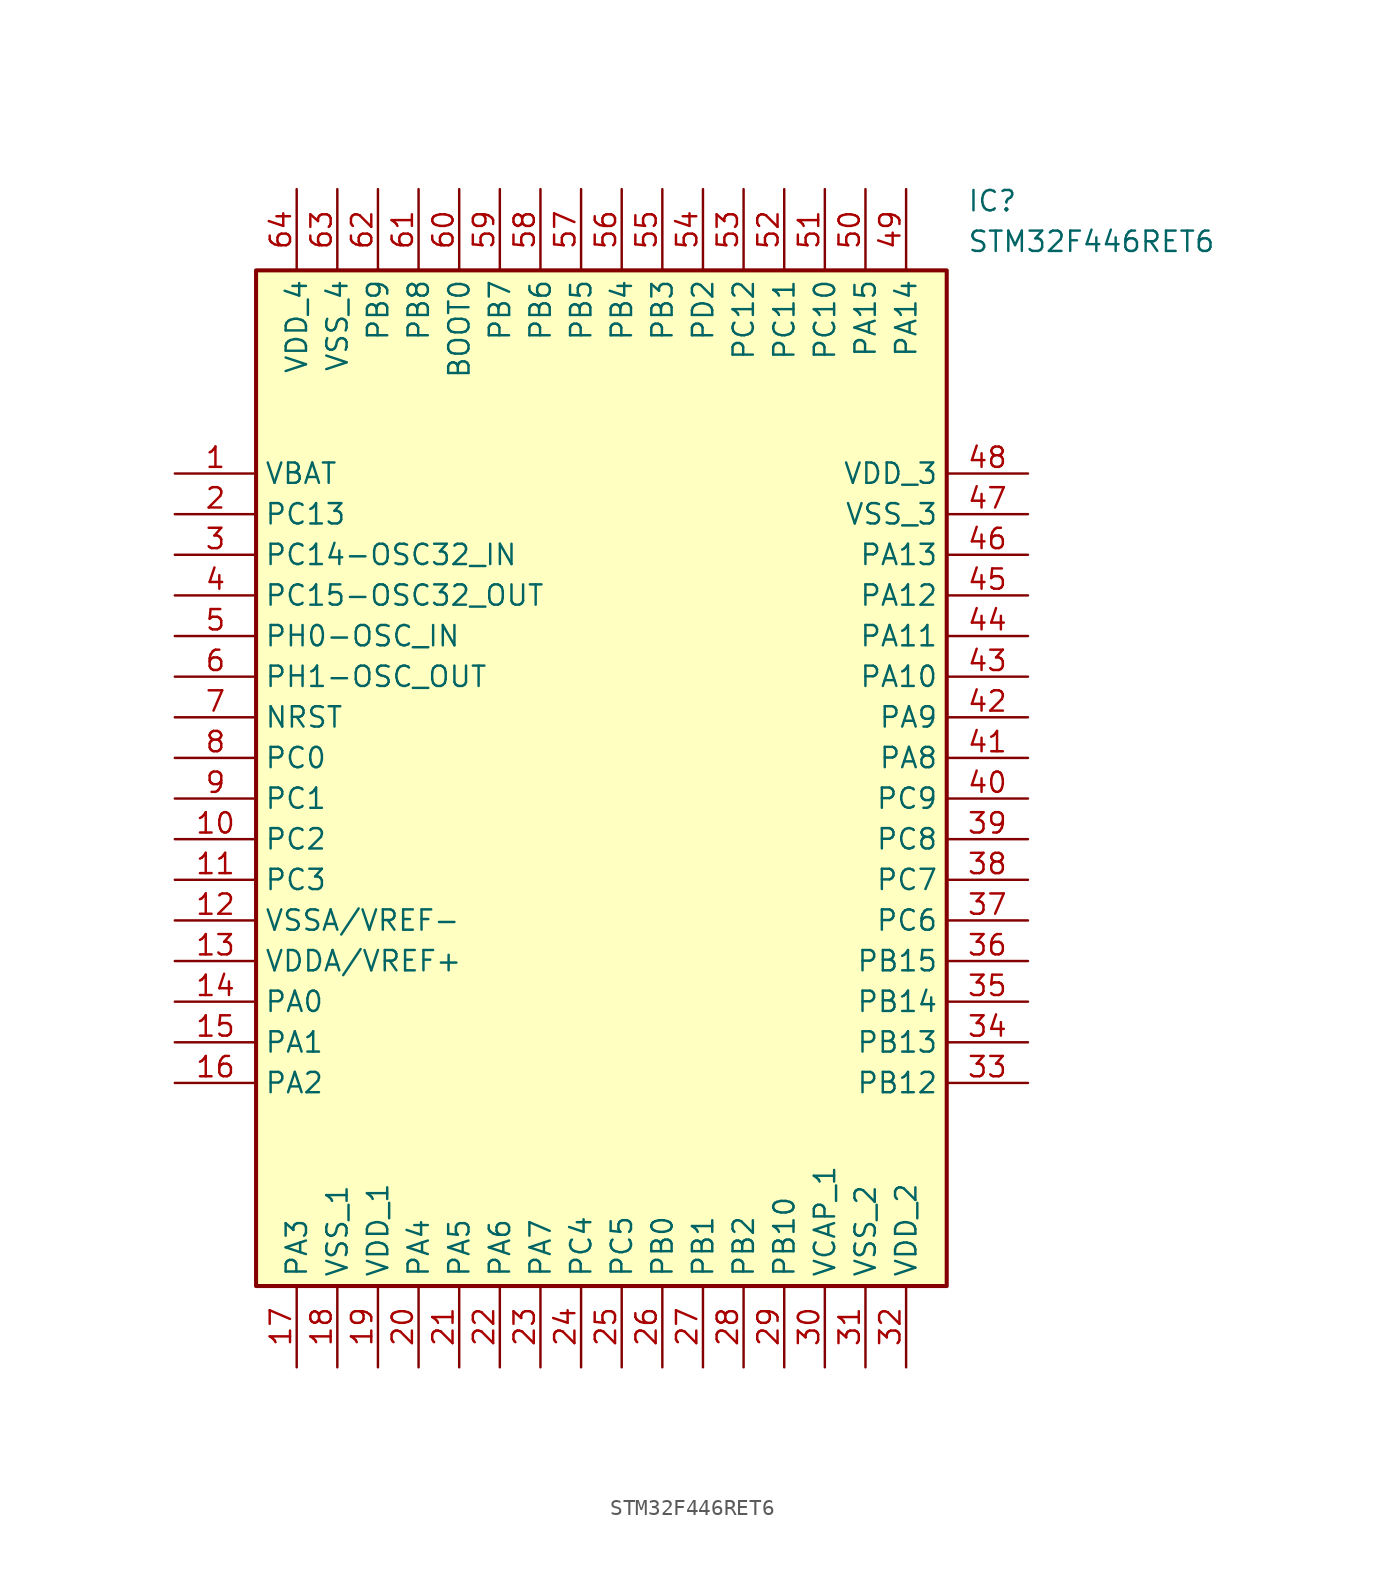
<source format=kicad_sym>
(kicad_symbol_lib
  (version 20211014)
  (generator SamacSys_ECAD_Model)
  (symbol "STM32F446RET6"
    (property "Reference" "IC"
      (at 49.53 17.78 0)
      (effects (font (size 1.27 1.27)) (justify left top)))
    (property "Value" "STM32F446RET6"
      (at 49.53 15.24 0)
      (effects (font (size 1.27 1.27)) (justify left top)))
    (rectangle
      (start 5.08 12.7)
      (end 48.26 -50.8)
      (stroke (width 0.254) (type default))
      (fill (type background)))
    (pin passive line
      (at 0 0 0)
      (length 5.08)
      (name "VBAT" (effects (font (size 1.27 1.27))))
      (number "1" (effects (font (size 1.27 1.27)))))
    (pin passive line
      (at 0 -2.54 0)
      (length 5.08)
      (name "PC13" (effects (font (size 1.27 1.27))))
      (number "2" (effects (font (size 1.27 1.27)))))
    (pin passive line
      (at 0 -5.08 0)
      (length 5.08)
      (name "PC14-OSC32_IN" (effects (font (size 1.27 1.27))))
      (number "3" (effects (font (size 1.27 1.27)))))
    (pin passive line
      (at 0 -7.62 0)
      (length 5.08)
      (name "PC15-OSC32_OUT" (effects (font (size 1.27 1.27))))
      (number "4" (effects (font (size 1.27 1.27)))))
    (pin passive line
      (at 0 -10.16 0)
      (length 5.08)
      (name "PH0-OSC_IN" (effects (font (size 1.27 1.27))))
      (number "5" (effects (font (size 1.27 1.27)))))
    (pin passive line
      (at 0 -12.7 0)
      (length 5.08)
      (name "PH1-OSC_OUT" (effects (font (size 1.27 1.27))))
      (number "6" (effects (font (size 1.27 1.27)))))
    (pin passive line
      (at 0 -15.24 0)
      (length 5.08)
      (name "NRST" (effects (font (size 1.27 1.27))))
      (number "7" (effects (font (size 1.27 1.27)))))
    (pin passive line
      (at 0 -17.78 0)
      (length 5.08)
      (name "PC0" (effects (font (size 1.27 1.27))))
      (number "8" (effects (font (size 1.27 1.27)))))
    (pin passive line
      (at 0 -20.32 0)
      (length 5.08)
      (name "PC1" (effects (font (size 1.27 1.27))))
      (number "9" (effects (font (size 1.27 1.27)))))
    (pin passive line
      (at 0 -22.86 0)
      (length 5.08)
      (name "PC2" (effects (font (size 1.27 1.27))))
      (number "10" (effects (font (size 1.27 1.27)))))
    (pin passive line
      (at 0 -25.4 0)
      (length 5.08)
      (name "PC3" (effects (font (size 1.27 1.27))))
      (number "11" (effects (font (size 1.27 1.27)))))
    (pin passive line
      (at 0 -27.94 0)
      (length 5.08)
      (name "VSSA/VREF-" (effects (font (size 1.27 1.27))))
      (number "12" (effects (font (size 1.27 1.27)))))
    (pin passive line
      (at 0 -30.48 0)
      (length 5.08)
      (name "VDDA/VREF+" (effects (font (size 1.27 1.27))))
      (number "13" (effects (font (size 1.27 1.27)))))
    (pin passive line
      (at 0 -33.02 0)
      (length 5.08)
      (name "PA0" (effects (font (size 1.27 1.27))))
      (number "14" (effects (font (size 1.27 1.27)))))
    (pin passive line
      (at 0 -35.56 0)
      (length 5.08)
      (name "PA1" (effects (font (size 1.27 1.27))))
      (number "15" (effects (font (size 1.27 1.27)))))
    (pin passive line
      (at 0 -38.1 0)
      (length 5.08)
      (name "PA2" (effects (font (size 1.27 1.27))))
      (number "16" (effects (font (size 1.27 1.27)))))
    (pin passive line
      (at 7.62 -55.88 90)
      (length 5.08)
      (name "PA3" (effects (font (size 1.27 1.27))))
      (number "17" (effects (font (size 1.27 1.27)))))
    (pin passive line
      (at 10.16 -55.88 90)
      (length 5.08)
      (name "VSS_1" (effects (font (size 1.27 1.27))))
      (number "18" (effects (font (size 1.27 1.27)))))
    (pin passive line
      (at 12.7 -55.88 90)
      (length 5.08)
      (name "VDD_1" (effects (font (size 1.27 1.27))))
      (number "19" (effects (font (size 1.27 1.27)))))
    (pin passive line
      (at 15.24 -55.88 90)
      (length 5.08)
      (name "PA4" (effects (font (size 1.27 1.27))))
      (number "20" (effects (font (size 1.27 1.27)))))
    (pin passive line
      (at 17.78 -55.88 90)
      (length 5.08)
      (name "PA5" (effects (font (size 1.27 1.27))))
      (number "21" (effects (font (size 1.27 1.27)))))
    (pin passive line
      (at 20.32 -55.88 90)
      (length 5.08)
      (name "PA6" (effects (font (size 1.27 1.27))))
      (number "22" (effects (font (size 1.27 1.27)))))
    (pin passive line
      (at 22.86 -55.88 90)
      (length 5.08)
      (name "PA7" (effects (font (size 1.27 1.27))))
      (number "23" (effects (font (size 1.27 1.27)))))
    (pin passive line
      (at 25.4 -55.88 90)
      (length 5.08)
      (name "PC4" (effects (font (size 1.27 1.27))))
      (number "24" (effects (font (size 1.27 1.27)))))
    (pin passive line
      (at 27.94 -55.88 90)
      (length 5.08)
      (name "PC5" (effects (font (size 1.27 1.27))))
      (number "25" (effects (font (size 1.27 1.27)))))
    (pin passive line
      (at 30.48 -55.88 90)
      (length 5.08)
      (name "PB0" (effects (font (size 1.27 1.27))))
      (number "26" (effects (font (size 1.27 1.27)))))
    (pin passive line
      (at 33.02 -55.88 90)
      (length 5.08)
      (name "PB1" (effects (font (size 1.27 1.27))))
      (number "27" (effects (font (size 1.27 1.27)))))
    (pin passive line
      (at 35.56 -55.88 90)
      (length 5.08)
      (name "PB2" (effects (font (size 1.27 1.27))))
      (number "28" (effects (font (size 1.27 1.27)))))
    (pin passive line
      (at 38.1 -55.88 90)
      (length 5.08)
      (name "PB10" (effects (font (size 1.27 1.27))))
      (number "29" (effects (font (size 1.27 1.27)))))
    (pin passive line
      (at 40.64 -55.88 90)
      (length 5.08)
      (name "VCAP_1" (effects (font (size 1.27 1.27))))
      (number "30" (effects (font (size 1.27 1.27)))))
    (pin passive line
      (at 43.18 -55.88 90)
      (length 5.08)
      (name "VSS_2" (effects (font (size 1.27 1.27))))
      (number "31" (effects (font (size 1.27 1.27)))))
    (pin passive line
      (at 45.72 -55.88 90)
      (length 5.08)
      (name "VDD_2" (effects (font (size 1.27 1.27))))
      (number "32" (effects (font (size 1.27 1.27)))))
    (pin passive line
      (at 53.34 0 180)
      (length 5.08)
      (name "VDD_3" (effects (font (size 1.27 1.27))))
      (number "48" (effects (font (size 1.27 1.27)))))
    (pin passive line
      (at 53.34 -2.54 180)
      (length 5.08)
      (name "VSS_3" (effects (font (size 1.27 1.27))))
      (number "47" (effects (font (size 1.27 1.27)))))
    (pin passive line
      (at 53.34 -5.08 180)
      (length 5.08)
      (name "PA13" (effects (font (size 1.27 1.27))))
      (number "46" (effects (font (size 1.27 1.27)))))
    (pin passive line
      (at 53.34 -7.62 180)
      (length 5.08)
      (name "PA12" (effects (font (size 1.27 1.27))))
      (number "45" (effects (font (size 1.27 1.27)))))
    (pin passive line
      (at 53.34 -10.16 180)
      (length 5.08)
      (name "PA11" (effects (font (size 1.27 1.27))))
      (number "44" (effects (font (size 1.27 1.27)))))
    (pin passive line
      (at 53.34 -12.7 180)
      (length 5.08)
      (name "PA10" (effects (font (size 1.27 1.27))))
      (number "43" (effects (font (size 1.27 1.27)))))
    (pin passive line
      (at 53.34 -15.24 180)
      (length 5.08)
      (name "PA9" (effects (font (size 1.27 1.27))))
      (number "42" (effects (font (size 1.27 1.27)))))
    (pin passive line
      (at 53.34 -17.78 180)
      (length 5.08)
      (name "PA8" (effects (font (size 1.27 1.27))))
      (number "41" (effects (font (size 1.27 1.27)))))
    (pin passive line
      (at 53.34 -20.32 180)
      (length 5.08)
      (name "PC9" (effects (font (size 1.27 1.27))))
      (number "40" (effects (font (size 1.27 1.27)))))
    (pin passive line
      (at 53.34 -22.86 180)
      (length 5.08)
      (name "PC8" (effects (font (size 1.27 1.27))))
      (number "39" (effects (font (size 1.27 1.27)))))
    (pin passive line
      (at 53.34 -25.4 180)
      (length 5.08)
      (name "PC7" (effects (font (size 1.27 1.27))))
      (number "38" (effects (font (size 1.27 1.27)))))
    (pin passive line
      (at 53.34 -27.94 180)
      (length 5.08)
      (name "PC6" (effects (font (size 1.27 1.27))))
      (number "37" (effects (font (size 1.27 1.27)))))
    (pin passive line
      (at 53.34 -30.48 180)
      (length 5.08)
      (name "PB15" (effects (font (size 1.27 1.27))))
      (number "36" (effects (font (size 1.27 1.27)))))
    (pin passive line
      (at 53.34 -33.02 180)
      (length 5.08)
      (name "PB14" (effects (font (size 1.27 1.27))))
      (number "35" (effects (font (size 1.27 1.27)))))
    (pin passive line
      (at 53.34 -35.56 180)
      (length 5.08)
      (name "PB13" (effects (font (size 1.27 1.27))))
      (number "34" (effects (font (size 1.27 1.27)))))
    (pin passive line
      (at 53.34 -38.1 180)
      (length 5.08)
      (name "PB12" (effects (font (size 1.27 1.27))))
      (number "33" (effects (font (size 1.27 1.27)))))
    (pin passive line
      (at 7.62 17.78 270)
      (length 5.08)
      (name "VDD_4" (effects (font (size 1.27 1.27))))
      (number "64" (effects (font (size 1.27 1.27)))))
    (pin passive line
      (at 10.16 17.78 270)
      (length 5.08)
      (name "VSS_4" (effects (font (size 1.27 1.27))))
      (number "63" (effects (font (size 1.27 1.27)))))
    (pin passive line
      (at 12.7 17.78 270)
      (length 5.08)
      (name "PB9" (effects (font (size 1.27 1.27))))
      (number "62" (effects (font (size 1.27 1.27)))))
    (pin passive line
      (at 15.24 17.78 270)
      (length 5.08)
      (name "PB8" (effects (font (size 1.27 1.27))))
      (number "61" (effects (font (size 1.27 1.27)))))
    (pin passive line
      (at 17.78 17.78 270)
      (length 5.08)
      (name "BOOT0" (effects (font (size 1.27 1.27))))
      (number "60" (effects (font (size 1.27 1.27)))))
    (pin passive line
      (at 20.32 17.78 270)
      (length 5.08)
      (name "PB7" (effects (font (size 1.27 1.27))))
      (number "59" (effects (font (size 1.27 1.27)))))
    (pin passive line
      (at 22.86 17.78 270)
      (length 5.08)
      (name "PB6" (effects (font (size 1.27 1.27))))
      (number "58" (effects (font (size 1.27 1.27)))))
    (pin passive line
      (at 25.4 17.78 270)
      (length 5.08)
      (name "PB5" (effects (font (size 1.27 1.27))))
      (number "57" (effects (font (size 1.27 1.27)))))
    (pin passive line
      (at 27.94 17.78 270)
      (length 5.08)
      (name "PB4" (effects (font (size 1.27 1.27))))
      (number "56" (effects (font (size 1.27 1.27)))))
    (pin passive line
      (at 30.48 17.78 270)
      (length 5.08)
      (name "PB3" (effects (font (size 1.27 1.27))))
      (number "55" (effects (font (size 1.27 1.27)))))
    (pin passive line
      (at 33.02 17.78 270)
      (length 5.08)
      (name "PD2" (effects (font (size 1.27 1.27))))
      (number "54" (effects (font (size 1.27 1.27)))))
    (pin passive line
      (at 35.56 17.78 270)
      (length 5.08)
      (name "PC12" (effects (font (size 1.27 1.27))))
      (number "53" (effects (font (size 1.27 1.27)))))
    (pin passive line
      (at 38.1 17.78 270)
      (length 5.08)
      (name "PC11" (effects (font (size 1.27 1.27))))
      (number "52" (effects (font (size 1.27 1.27)))))
    (pin passive line
      (at 40.64 17.78 270)
      (length 5.08)
      (name "PC10" (effects (font (size 1.27 1.27))))
      (number "51" (effects (font (size 1.27 1.27)))))
    (pin passive line
      (at 43.18 17.78 270)
      (length 5.08)
      (name "PA15" (effects (font (size 1.27 1.27))))
      (number "50" (effects (font (size 1.27 1.27)))))
    (pin passive line
      (at 45.72 17.78 270)
      (length 5.08)
      (name "PA14" (effects (font (size 1.27 1.27))))
      (number "49" (effects (font (size 1.27 1.27)))))))
</source>
